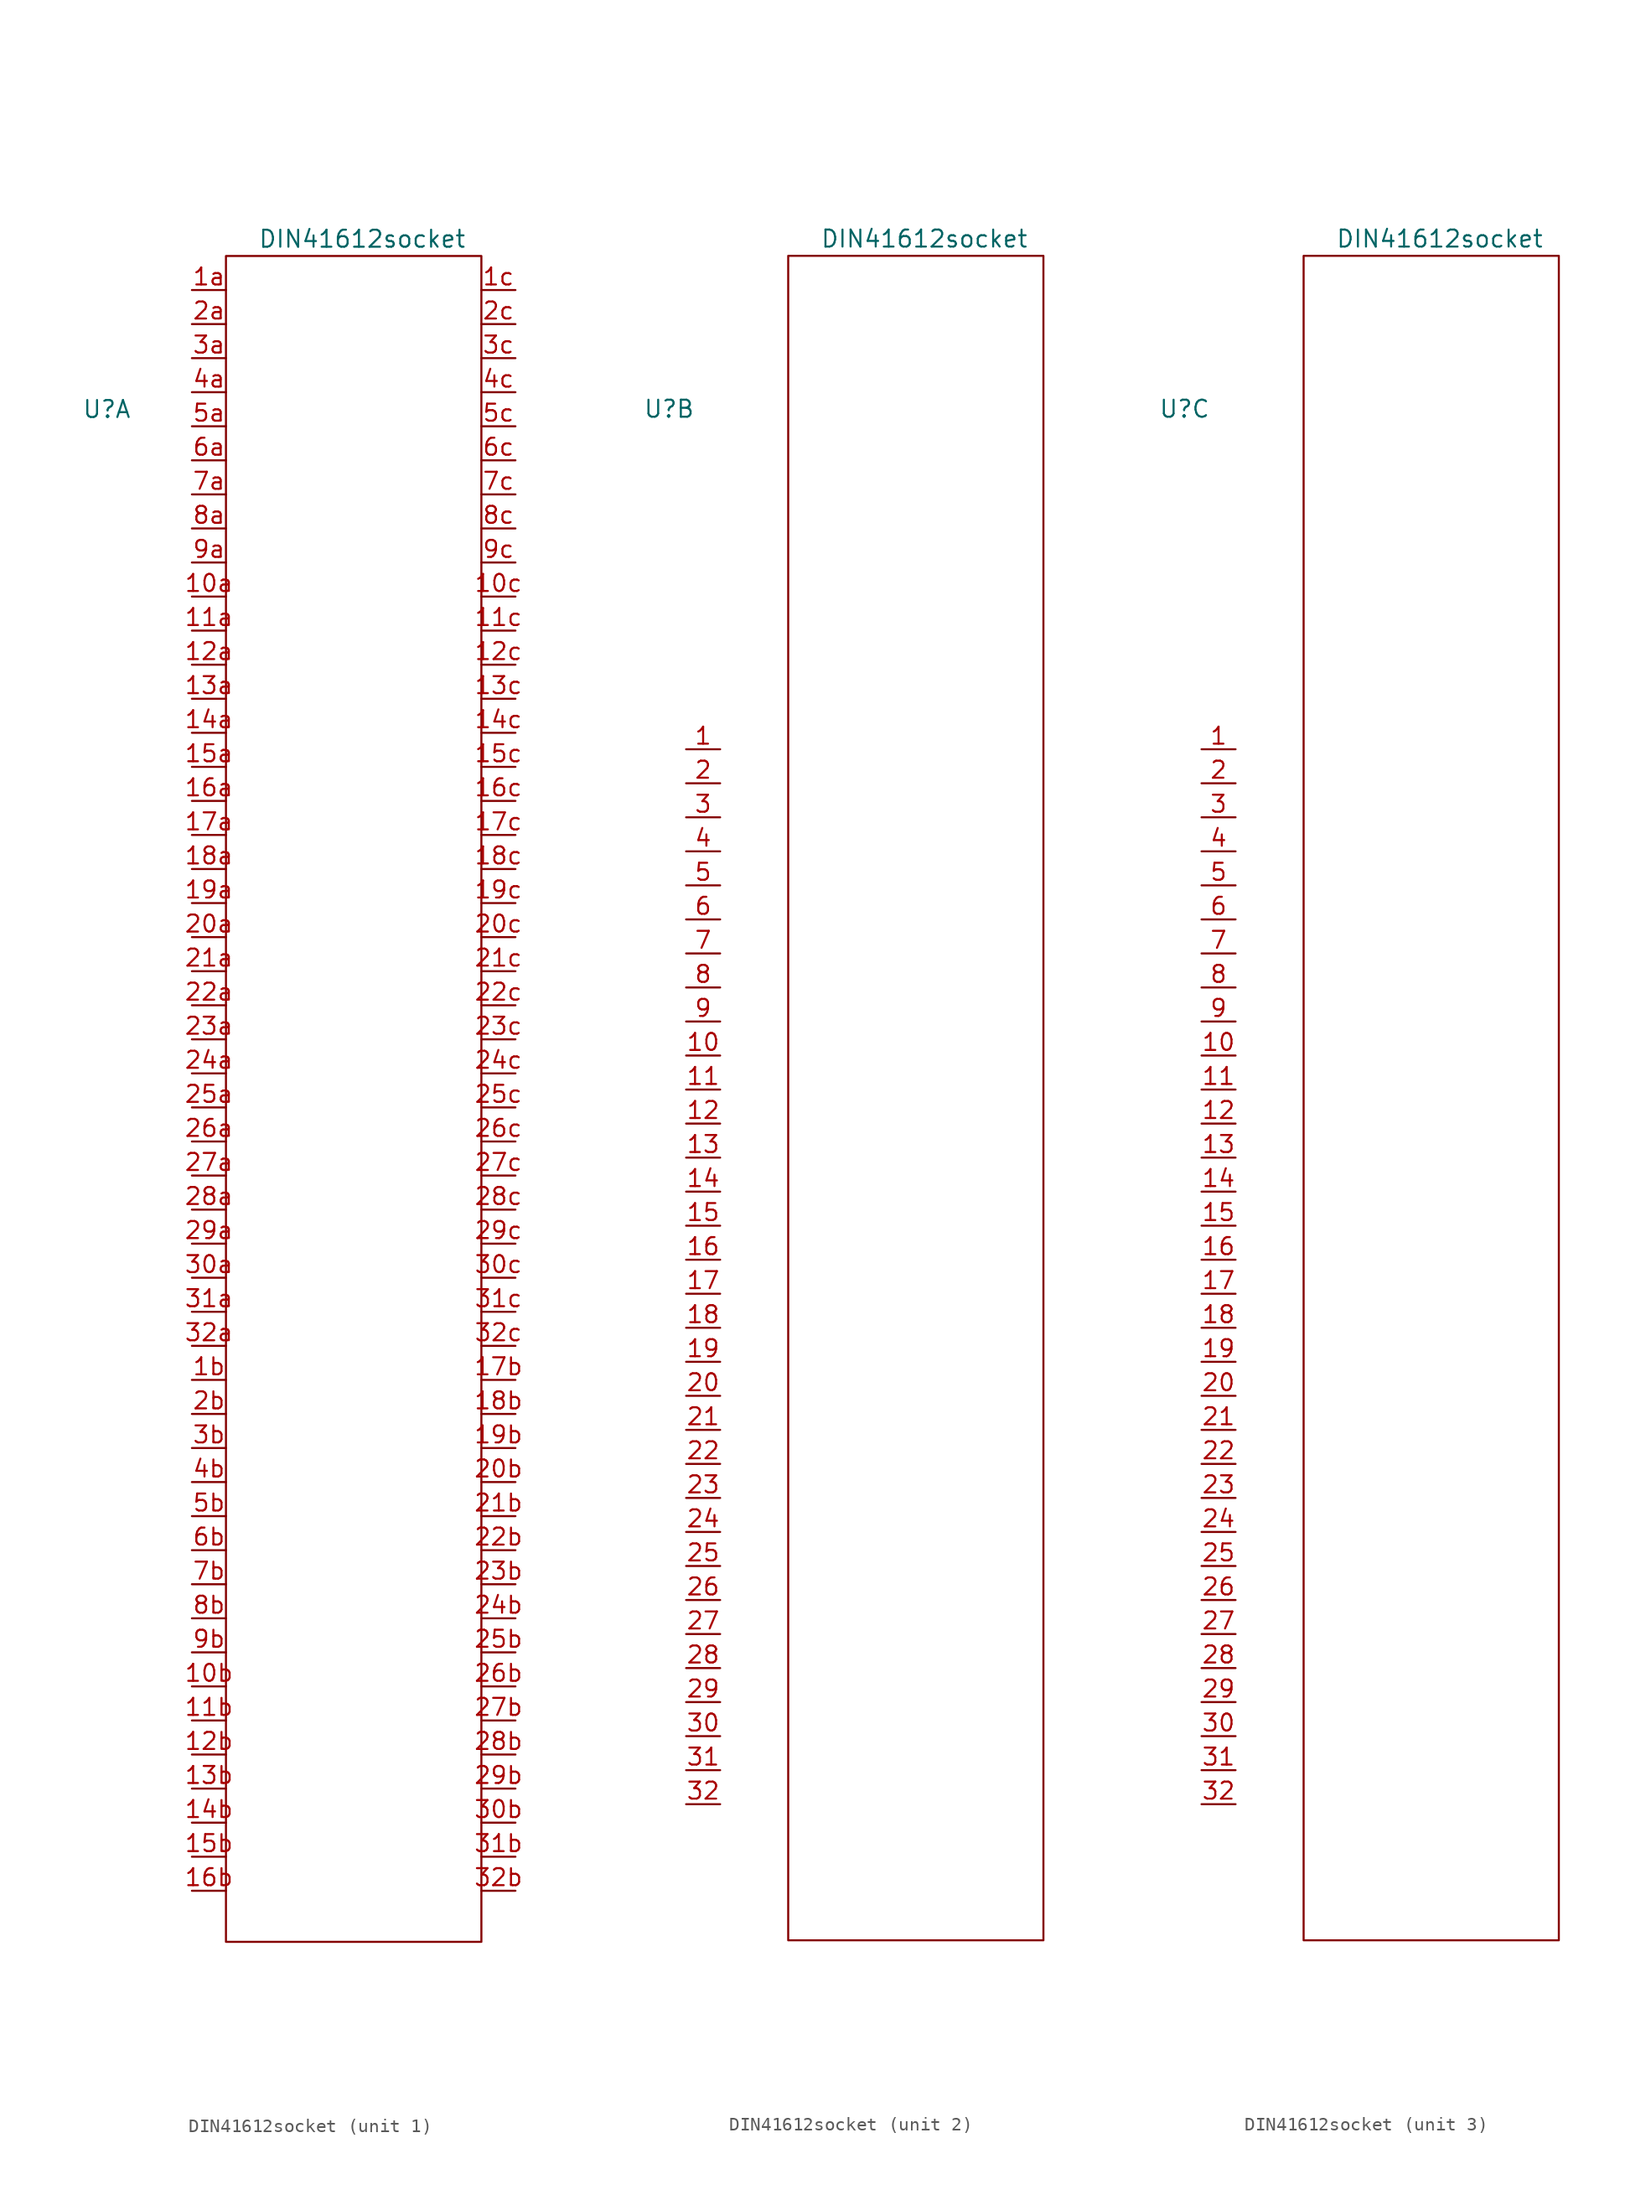
<source format=kicad_sym>
(kicad_symbol_lib
  (version 20220914)
  (generator kicad_symbol_editor)
  (symbol "DIN41612socket"
    (pin_names
      (offset 1.016))
    (property "Reference" "U"
      (at -17.78 50.8 0)
      (effects (font (size 1.27 1.27))))
    (property "Value" "DIN41612socket"
      (at 1.27 63.5 0)
      (effects (font (size 1.27 1.27))))
    (property "ki_locked" ""
      (at 0 0 0)
      (effects (font (size 1.27 1.27))))
    (symbol "DIN41612socket_0_0"
      (rectangle (start -8.89 62.23) (end 10.16 -63.5) (stroke (width 0) (type default)) (fill (type none))))
    (symbol "DIN41612socket_1_1"
      (pin bidirectional line (at -11.43 36.83 0) (length 2.54) (name "~" (effects (font (size 1.27 1.27)))) (number "10a" (effects (font (size 1.27 1.27)))))
      (pin bidirectional line (at -11.43 -44.45 0) (length 2.54) (name "~" (effects (font (size 1.27 1.27)))) (number "10b" (effects (font (size 1.27 1.27)))))
      (pin bidirectional line (at 12.7 36.83 180) (length 2.54) (name "~" (effects (font (size 1.27 1.27)))) (number "10c" (effects (font (size 1.27 1.27)))))
      (pin bidirectional line (at -11.43 34.29 0) (length 2.54) (name "~" (effects (font (size 1.27 1.27)))) (number "11a" (effects (font (size 1.27 1.27)))))
      (pin bidirectional line (at -11.43 -46.99 0) (length 2.54) (name "~" (effects (font (size 1.27 1.27)))) (number "11b" (effects (font (size 1.27 1.27)))))
      (pin bidirectional line (at 12.7 34.29 180) (length 2.54) (name "~" (effects (font (size 1.27 1.27)))) (number "11c" (effects (font (size 1.27 1.27)))))
      (pin bidirectional line (at -11.43 31.75 0) (length 2.54) (name "~" (effects (font (size 1.27 1.27)))) (number "12a" (effects (font (size 1.27 1.27)))))
      (pin bidirectional line (at -11.43 -49.53 0) (length 2.54) (name "~" (effects (font (size 1.27 1.27)))) (number "12b" (effects (font (size 1.27 1.27)))))
      (pin bidirectional line (at 12.7 31.75 180) (length 2.54) (name "~" (effects (font (size 1.27 1.27)))) (number "12c" (effects (font (size 1.27 1.27)))))
      (pin bidirectional line (at -11.43 29.21 0) (length 2.54) (name "~" (effects (font (size 1.27 1.27)))) (number "13a" (effects (font (size 1.27 1.27)))))
      (pin bidirectional line (at -11.43 -52.07 0) (length 2.54) (name "~" (effects (font (size 1.27 1.27)))) (number "13b" (effects (font (size 1.27 1.27)))))
      (pin bidirectional line (at 12.7 29.21 180) (length 2.54) (name "~" (effects (font (size 1.27 1.27)))) (number "13c" (effects (font (size 1.27 1.27)))))
      (pin bidirectional line (at -11.43 26.67 0) (length 2.54) (name "~" (effects (font (size 1.27 1.27)))) (number "14a" (effects (font (size 1.27 1.27)))))
      (pin bidirectional line (at -11.43 -54.61 0) (length 2.54) (name "~" (effects (font (size 1.27 1.27)))) (number "14b" (effects (font (size 1.27 1.27)))))
      (pin bidirectional line (at 12.7 26.67 180) (length 2.54) (name "~" (effects (font (size 1.27 1.27)))) (number "14c" (effects (font (size 1.27 1.27)))))
      (pin bidirectional line (at -11.43 24.13 0) (length 2.54) (name "~" (effects (font (size 1.27 1.27)))) (number "15a" (effects (font (size 1.27 1.27)))))
      (pin bidirectional line (at -11.43 -57.15 0) (length 2.54) (name "~" (effects (font (size 1.27 1.27)))) (number "15b" (effects (font (size 1.27 1.27)))))
      (pin bidirectional line (at 12.7 24.13 180) (length 2.54) (name "~" (effects (font (size 1.27 1.27)))) (number "15c" (effects (font (size 1.27 1.27)))))
      (pin bidirectional line (at -11.43 21.59 0) (length 2.54) (name "~" (effects (font (size 1.27 1.27)))) (number "16a" (effects (font (size 1.27 1.27)))))
      (pin bidirectional line (at -11.43 -59.69 0) (length 2.54) (name "~" (effects (font (size 1.27 1.27)))) (number "16b" (effects (font (size 1.27 1.27)))))
      (pin bidirectional line (at 12.7 21.59 180) (length 2.54) (name "~" (effects (font (size 1.27 1.27)))) (number "16c" (effects (font (size 1.27 1.27)))))
      (pin bidirectional line (at -11.43 19.05 0) (length 2.54) (name "~" (effects (font (size 1.27 1.27)))) (number "17a" (effects (font (size 1.27 1.27)))))
      (pin bidirectional line (at 12.7 -21.59 180) (length 2.54) (name "~" (effects (font (size 1.27 1.27)))) (number "17b" (effects (font (size 1.27 1.27)))))
      (pin bidirectional line (at 12.7 19.05 180) (length 2.54) (name "~" (effects (font (size 1.27 1.27)))) (number "17c" (effects (font (size 1.27 1.27)))))
      (pin bidirectional line (at -11.43 16.51 0) (length 2.54) (name "~" (effects (font (size 1.27 1.27)))) (number "18a" (effects (font (size 1.27 1.27)))))
      (pin bidirectional line (at 12.7 -24.13 180) (length 2.54) (name "~" (effects (font (size 1.27 1.27)))) (number "18b" (effects (font (size 1.27 1.27)))))
      (pin bidirectional line (at 12.7 16.51 180) (length 2.54) (name "~" (effects (font (size 1.27 1.27)))) (number "18c" (effects (font (size 1.27 1.27)))))
      (pin bidirectional line (at -11.43 13.97 0) (length 2.54) (name "~" (effects (font (size 1.27 1.27)))) (number "19a" (effects (font (size 1.27 1.27)))))
      (pin bidirectional line (at 12.7 -26.67 180) (length 2.54) (name "~" (effects (font (size 1.27 1.27)))) (number "19b" (effects (font (size 1.27 1.27)))))
      (pin bidirectional line (at 12.7 13.97 180) (length 2.54) (name "~" (effects (font (size 1.27 1.27)))) (number "19c" (effects (font (size 1.27 1.27)))))
      (pin bidirectional line (at -11.43 59.69 0) (length 2.54) (name "~" (effects (font (size 1.27 1.27)))) (number "1a" (effects (font (size 1.27 1.27)))))
      (pin bidirectional line (at -11.43 -21.59 0) (length 2.54) (name "~" (effects (font (size 1.27 1.27)))) (number "1b" (effects (font (size 1.27 1.27)))))
      (pin bidirectional line (at 12.7 59.69 180) (length 2.54) (name "~" (effects (font (size 1.27 1.27)))) (number "1c" (effects (font (size 1.27 1.27)))))
      (pin bidirectional line (at -11.43 11.43 0) (length 2.54) (name "~" (effects (font (size 1.27 1.27)))) (number "20a" (effects (font (size 1.27 1.27)))))
      (pin bidirectional line (at 12.7 -29.21 180) (length 2.54) (name "~" (effects (font (size 1.27 1.27)))) (number "20b" (effects (font (size 1.27 1.27)))))
      (pin bidirectional line (at 12.7 11.43 180) (length 2.54) (name "~" (effects (font (size 1.27 1.27)))) (number "20c" (effects (font (size 1.27 1.27)))))
      (pin bidirectional line (at -11.43 8.89 0) (length 2.54) (name "~" (effects (font (size 1.27 1.27)))) (number "21a" (effects (font (size 1.27 1.27)))))
      (pin bidirectional line (at 12.7 -31.75 180) (length 2.54) (name "~" (effects (font (size 1.27 1.27)))) (number "21b" (effects (font (size 1.27 1.27)))))
      (pin bidirectional line (at 12.7 8.89 180) (length 2.54) (name "~" (effects (font (size 1.27 1.27)))) (number "21c" (effects (font (size 1.27 1.27)))))
      (pin bidirectional line (at -11.43 6.35 0) (length 2.54) (name "~" (effects (font (size 1.27 1.27)))) (number "22a" (effects (font (size 1.27 1.27)))))
      (pin bidirectional line (at 12.7 -34.29 180) (length 2.54) (name "~" (effects (font (size 1.27 1.27)))) (number "22b" (effects (font (size 1.27 1.27)))))
      (pin bidirectional line (at 12.7 6.35 180) (length 2.54) (name "~" (effects (font (size 1.27 1.27)))) (number "22c" (effects (font (size 1.27 1.27)))))
      (pin bidirectional line (at -11.43 3.81 0) (length 2.54) (name "~" (effects (font (size 1.27 1.27)))) (number "23a" (effects (font (size 1.27 1.27)))))
      (pin bidirectional line (at 12.7 -36.83 180) (length 2.54) (name "~" (effects (font (size 1.27 1.27)))) (number "23b" (effects (font (size 1.27 1.27)))))
      (pin bidirectional line (at 12.7 3.81 180) (length 2.54) (name "~" (effects (font (size 1.27 1.27)))) (number "23c" (effects (font (size 1.27 1.27)))))
      (pin bidirectional line (at -11.43 1.27 0) (length 2.54) (name "~" (effects (font (size 1.27 1.27)))) (number "24a" (effects (font (size 1.27 1.27)))))
      (pin bidirectional line (at 12.7 -39.37 180) (length 2.54) (name "~" (effects (font (size 1.27 1.27)))) (number "24b" (effects (font (size 1.27 1.27)))))
      (pin bidirectional line (at 12.7 1.27 180) (length 2.54) (name "~" (effects (font (size 1.27 1.27)))) (number "24c" (effects (font (size 1.27 1.27)))))
      (pin bidirectional line (at -11.43 -1.27 0) (length 2.54) (name "~" (effects (font (size 1.27 1.27)))) (number "25a" (effects (font (size 1.27 1.27)))))
      (pin bidirectional line (at 12.7 -41.91 180) (length 2.54) (name "~" (effects (font (size 1.27 1.27)))) (number "25b" (effects (font (size 1.27 1.27)))))
      (pin bidirectional line (at 12.7 -1.27 180) (length 2.54) (name "~" (effects (font (size 1.27 1.27)))) (number "25c" (effects (font (size 1.27 1.27)))))
      (pin bidirectional line (at -11.43 -3.81 0) (length 2.54) (name "~" (effects (font (size 1.27 1.27)))) (number "26a" (effects (font (size 1.27 1.27)))))
      (pin bidirectional line (at 12.7 -44.45 180) (length 2.54) (name "~" (effects (font (size 1.27 1.27)))) (number "26b" (effects (font (size 1.27 1.27)))))
      (pin bidirectional line (at 12.7 -3.81 180) (length 2.54) (name "~" (effects (font (size 1.27 1.27)))) (number "26c" (effects (font (size 1.27 1.27)))))
      (pin bidirectional line (at -11.43 -6.35 0) (length 2.54) (name "~" (effects (font (size 1.27 1.27)))) (number "27a" (effects (font (size 1.27 1.27)))))
      (pin bidirectional line (at 12.7 -46.99 180) (length 2.54) (name "~" (effects (font (size 1.27 1.27)))) (number "27b" (effects (font (size 1.27 1.27)))))
      (pin bidirectional line (at 12.7 -6.35 180) (length 2.54) (name "~" (effects (font (size 1.27 1.27)))) (number "27c" (effects (font (size 1.27 1.27)))))
      (pin bidirectional line (at -11.43 -8.89 0) (length 2.54) (name "~" (effects (font (size 1.27 1.27)))) (number "28a" (effects (font (size 1.27 1.27)))))
      (pin bidirectional line (at 12.7 -49.53 180) (length 2.54) (name "~" (effects (font (size 1.27 1.27)))) (number "28b" (effects (font (size 1.27 1.27)))))
      (pin bidirectional line (at 12.7 -8.89 180) (length 2.54) (name "~" (effects (font (size 1.27 1.27)))) (number "28c" (effects (font (size 1.27 1.27)))))
      (pin bidirectional line (at -11.43 -11.43 0) (length 2.54) (name "~" (effects (font (size 1.27 1.27)))) (number "29a" (effects (font (size 1.27 1.27)))))
      (pin bidirectional line (at 12.7 -52.07 180) (length 2.54) (name "~" (effects (font (size 1.27 1.27)))) (number "29b" (effects (font (size 1.27 1.27)))))
      (pin bidirectional line (at 12.7 -11.43 180) (length 2.54) (name "~" (effects (font (size 1.27 1.27)))) (number "29c" (effects (font (size 1.27 1.27)))))
      (pin bidirectional line (at -11.43 57.15 0) (length 2.54) (name "~" (effects (font (size 1.27 1.27)))) (number "2a" (effects (font (size 1.27 1.27)))))
      (pin bidirectional line (at -11.43 -24.13 0) (length 2.54) (name "~" (effects (font (size 1.27 1.27)))) (number "2b" (effects (font (size 1.27 1.27)))))
      (pin bidirectional line (at 12.7 57.15 180) (length 2.54) (name "~" (effects (font (size 1.27 1.27)))) (number "2c" (effects (font (size 1.27 1.27)))))
      (pin bidirectional line (at -11.43 -13.97 0) (length 2.54) (name "~" (effects (font (size 1.27 1.27)))) (number "30a" (effects (font (size 1.27 1.27)))))
      (pin bidirectional line (at 12.7 -54.61 180) (length 2.54) (name "~" (effects (font (size 1.27 1.27)))) (number "30b" (effects (font (size 1.27 1.27)))))
      (pin bidirectional line (at 12.7 -13.97 180) (length 2.54) (name "~" (effects (font (size 1.27 1.27)))) (number "30c" (effects (font (size 1.27 1.27)))))
      (pin bidirectional line (at -11.43 -16.51 0) (length 2.54) (name "~" (effects (font (size 1.27 1.27)))) (number "31a" (effects (font (size 1.27 1.27)))))
      (pin bidirectional line (at 12.7 -57.15 180) (length 2.54) (name "~" (effects (font (size 1.27 1.27)))) (number "31b" (effects (font (size 1.27 1.27)))))
      (pin bidirectional line (at 12.7 -16.51 180) (length 2.54) (name "~" (effects (font (size 1.27 1.27)))) (number "31c" (effects (font (size 1.27 1.27)))))
      (pin bidirectional line (at -11.43 -19.05 0) (length 2.54) (name "~" (effects (font (size 1.27 1.27)))) (number "32a" (effects (font (size 1.27 1.27)))))
      (pin bidirectional line (at 12.7 -59.69 180) (length 2.54) (name "~" (effects (font (size 1.27 1.27)))) (number "32b" (effects (font (size 1.27 1.27)))))
      (pin bidirectional line (at 12.7 -19.05 180) (length 2.54) (name "~" (effects (font (size 1.27 1.27)))) (number "32c" (effects (font (size 1.27 1.27)))))
      (pin bidirectional line (at -11.43 54.61 0) (length 2.54) (name "~" (effects (font (size 1.27 1.27)))) (number "3a" (effects (font (size 1.27 1.27)))))
      (pin bidirectional line (at -11.43 -26.67 0) (length 2.54) (name "~" (effects (font (size 1.27 1.27)))) (number "3b" (effects (font (size 1.27 1.27)))))
      (pin bidirectional line (at 12.7 54.61 180) (length 2.54) (name "~" (effects (font (size 1.27 1.27)))) (number "3c" (effects (font (size 1.27 1.27)))))
      (pin bidirectional line (at -11.43 52.07 0) (length 2.54) (name "~" (effects (font (size 1.27 1.27)))) (number "4a" (effects (font (size 1.27 1.27)))))
      (pin bidirectional line (at -11.43 -29.21 0) (length 2.54) (name "~" (effects (font (size 1.27 1.27)))) (number "4b" (effects (font (size 1.27 1.27)))))
      (pin bidirectional line (at 12.7 52.07 180) (length 2.54) (name "~" (effects (font (size 1.27 1.27)))) (number "4c" (effects (font (size 1.27 1.27)))))
      (pin bidirectional line (at -11.43 49.53 0) (length 2.54) (name "~" (effects (font (size 1.27 1.27)))) (number "5a" (effects (font (size 1.27 1.27)))))
      (pin bidirectional line (at -11.43 -31.75 0) (length 2.54) (name "~" (effects (font (size 1.27 1.27)))) (number "5b" (effects (font (size 1.27 1.27)))))
      (pin bidirectional line (at 12.7 49.53 180) (length 2.54) (name "~" (effects (font (size 1.27 1.27)))) (number "5c" (effects (font (size 1.27 1.27)))))
      (pin bidirectional line (at -11.43 46.99 0) (length 2.54) (name "~" (effects (font (size 1.27 1.27)))) (number "6a" (effects (font (size 1.27 1.27)))))
      (pin bidirectional line (at -11.43 -34.29 0) (length 2.54) (name "~" (effects (font (size 1.27 1.27)))) (number "6b" (effects (font (size 1.27 1.27)))))
      (pin bidirectional line (at 12.7 46.99 180) (length 2.54) (name "~" (effects (font (size 1.27 1.27)))) (number "6c" (effects (font (size 1.27 1.27)))))
      (pin bidirectional line (at -11.43 44.45 0) (length 2.54) (name "~" (effects (font (size 1.27 1.27)))) (number "7a" (effects (font (size 1.27 1.27)))))
      (pin bidirectional line (at -11.43 -36.83 0) (length 2.54) (name "~" (effects (font (size 1.27 1.27)))) (number "7b" (effects (font (size 1.27 1.27)))))
      (pin bidirectional line (at 12.7 44.45 180) (length 2.54) (name "~" (effects (font (size 1.27 1.27)))) (number "7c" (effects (font (size 1.27 1.27)))))
      (pin bidirectional line (at -11.43 41.91 0) (length 2.54) (name "~" (effects (font (size 1.27 1.27)))) (number "8a" (effects (font (size 1.27 1.27)))))
      (pin bidirectional line (at -11.43 -39.37 0) (length 2.54) (name "~" (effects (font (size 1.27 1.27)))) (number "8b" (effects (font (size 1.27 1.27)))))
      (pin bidirectional line (at 12.7 41.91 180) (length 2.54) (name "~" (effects (font (size 1.27 1.27)))) (number "8c" (effects (font (size 1.27 1.27)))))
      (pin bidirectional line (at -11.43 39.37 0) (length 2.54) (name "~" (effects (font (size 1.27 1.27)))) (number "9a" (effects (font (size 1.27 1.27)))))
      (pin bidirectional line (at -11.43 -41.91 0) (length 2.54) (name "~" (effects (font (size 1.27 1.27)))) (number "9b" (effects (font (size 1.27 1.27)))))
      (pin bidirectional line (at 12.7 39.37 180) (length 2.54) (name "~" (effects (font (size 1.27 1.27)))) (number "9c" (effects (font (size 1.27 1.27))))))
    (symbol "DIN41612socket_2_1"
      (pin bidirectional line (at -16.51 25.4 0) (length 2.54) (name "~" (effects (font (size 1.27 1.27)))) (number "1" (effects (font (size 1.27 1.27)))))
      (pin bidirectional line (at -16.51 2.54 0) (length 2.54) (name "~" (effects (font (size 1.27 1.27)))) (number "10" (effects (font (size 1.27 1.27)))))
      (pin bidirectional line (at -16.51 0 0) (length 2.54) (name "~" (effects (font (size 1.27 1.27)))) (number "11" (effects (font (size 1.27 1.27)))))
      (pin bidirectional line (at -16.51 -2.54 0) (length 2.54) (name "~" (effects (font (size 1.27 1.27)))) (number "12" (effects (font (size 1.27 1.27)))))
      (pin bidirectional line (at -16.51 -5.08 0) (length 2.54) (name "~" (effects (font (size 1.27 1.27)))) (number "13" (effects (font (size 1.27 1.27)))))
      (pin bidirectional line (at -16.51 -7.62 0) (length 2.54) (name "~" (effects (font (size 1.27 1.27)))) (number "14" (effects (font (size 1.27 1.27)))))
      (pin bidirectional line (at -16.51 -10.16 0) (length 2.54) (name "~" (effects (font (size 1.27 1.27)))) (number "15" (effects (font (size 1.27 1.27)))))
      (pin bidirectional line (at -16.51 -12.7 0) (length 2.54) (name "~" (effects (font (size 1.27 1.27)))) (number "16" (effects (font (size 1.27 1.27)))))
      (pin bidirectional line (at -16.51 -15.24 0) (length 2.54) (name "~" (effects (font (size 1.27 1.27)))) (number "17" (effects (font (size 1.27 1.27)))))
      (pin bidirectional line (at -16.51 -17.78 0) (length 2.54) (name "~" (effects (font (size 1.27 1.27)))) (number "18" (effects (font (size 1.27 1.27)))))
      (pin bidirectional line (at -16.51 -20.32 0) (length 2.54) (name "~" (effects (font (size 1.27 1.27)))) (number "19" (effects (font (size 1.27 1.27)))))
      (pin bidirectional line (at -16.51 22.86 0) (length 2.54) (name "~" (effects (font (size 1.27 1.27)))) (number "2" (effects (font (size 1.27 1.27)))))
      (pin bidirectional line (at -16.51 -22.86 0) (length 2.54) (name "~" (effects (font (size 1.27 1.27)))) (number "20" (effects (font (size 1.27 1.27)))))
      (pin bidirectional line (at -16.51 -25.4 0) (length 2.54) (name "~" (effects (font (size 1.27 1.27)))) (number "21" (effects (font (size 1.27 1.27)))))
      (pin bidirectional line (at -16.51 -27.94 0) (length 2.54) (name "~" (effects (font (size 1.27 1.27)))) (number "22" (effects (font (size 1.27 1.27)))))
      (pin bidirectional line (at -16.51 -30.48 0) (length 2.54) (name "~" (effects (font (size 1.27 1.27)))) (number "23" (effects (font (size 1.27 1.27)))))
      (pin bidirectional line (at -16.51 -33.02 0) (length 2.54) (name "~" (effects (font (size 1.27 1.27)))) (number "24" (effects (font (size 1.27 1.27)))))
      (pin bidirectional line (at -16.51 -35.56 0) (length 2.54) (name "~" (effects (font (size 1.27 1.27)))) (number "25" (effects (font (size 1.27 1.27)))))
      (pin bidirectional line (at -16.51 -38.1 0) (length 2.54) (name "~" (effects (font (size 1.27 1.27)))) (number "26" (effects (font (size 1.27 1.27)))))
      (pin bidirectional line (at -16.51 -40.64 0) (length 2.54) (name "~" (effects (font (size 1.27 1.27)))) (number "27" (effects (font (size 1.27 1.27)))))
      (pin bidirectional line (at -16.51 -43.18 0) (length 2.54) (name "~" (effects (font (size 1.27 1.27)))) (number "28" (effects (font (size 1.27 1.27)))))
      (pin bidirectional line (at -16.51 -45.72 0) (length 2.54) (name "~" (effects (font (size 1.27 1.27)))) (number "29" (effects (font (size 1.27 1.27)))))
      (pin bidirectional line (at -16.51 20.32 0) (length 2.54) (name "~" (effects (font (size 1.27 1.27)))) (number "3" (effects (font (size 1.27 1.27)))))
      (pin bidirectional line (at -16.51 -48.26 0) (length 2.54) (name "~" (effects (font (size 1.27 1.27)))) (number "30" (effects (font (size 1.27 1.27)))))
      (pin bidirectional line (at -16.51 -50.8 0) (length 2.54) (name "~" (effects (font (size 1.27 1.27)))) (number "31" (effects (font (size 1.27 1.27)))))
      (pin bidirectional line (at -16.51 -53.34 0) (length 2.54) (name "~" (effects (font (size 1.27 1.27)))) (number "32" (effects (font (size 1.27 1.27)))))
      (pin bidirectional line (at -16.51 17.78 0) (length 2.54) (name "~" (effects (font (size 1.27 1.27)))) (number "4" (effects (font (size 1.27 1.27)))))
      (pin bidirectional line (at -16.51 15.24 0) (length 2.54) (name "~" (effects (font (size 1.27 1.27)))) (number "5" (effects (font (size 1.27 1.27)))))
      (pin bidirectional line (at -16.51 12.7 0) (length 2.54) (name "~" (effects (font (size 1.27 1.27)))) (number "6" (effects (font (size 1.27 1.27)))))
      (pin bidirectional line (at -16.51 10.16 0) (length 2.54) (name "~" (effects (font (size 1.27 1.27)))) (number "7" (effects (font (size 1.27 1.27)))))
      (pin bidirectional line (at -16.51 7.62 0) (length 2.54) (name "~" (effects (font (size 1.27 1.27)))) (number "8" (effects (font (size 1.27 1.27)))))
      (pin bidirectional line (at -16.51 5.08 0) (length 2.54) (name "~" (effects (font (size 1.27 1.27)))) (number "9" (effects (font (size 1.27 1.27))))))
    (symbol "DIN41612socket_3_1"
      (pin bidirectional line (at -16.51 25.4 0) (length 2.54) (name "~" (effects (font (size 1.27 1.27)))) (number "1" (effects (font (size 1.27 1.27)))))
      (pin bidirectional line (at -16.51 2.54 0) (length 2.54) (name "~" (effects (font (size 1.27 1.27)))) (number "10" (effects (font (size 1.27 1.27)))))
      (pin bidirectional line (at -16.51 0 0) (length 2.54) (name "~" (effects (font (size 1.27 1.27)))) (number "11" (effects (font (size 1.27 1.27)))))
      (pin bidirectional line (at -16.51 -2.54 0) (length 2.54) (name "~" (effects (font (size 1.27 1.27)))) (number "12" (effects (font (size 1.27 1.27)))))
      (pin bidirectional line (at -16.51 -5.08 0) (length 2.54) (name "~" (effects (font (size 1.27 1.27)))) (number "13" (effects (font (size 1.27 1.27)))))
      (pin bidirectional line (at -16.51 -7.62 0) (length 2.54) (name "~" (effects (font (size 1.27 1.27)))) (number "14" (effects (font (size 1.27 1.27)))))
      (pin bidirectional line (at -16.51 -10.16 0) (length 2.54) (name "~" (effects (font (size 1.27 1.27)))) (number "15" (effects (font (size 1.27 1.27)))))
      (pin bidirectional line (at -16.51 -12.7 0) (length 2.54) (name "~" (effects (font (size 1.27 1.27)))) (number "16" (effects (font (size 1.27 1.27)))))
      (pin bidirectional line (at -16.51 -15.24 0) (length 2.54) (name "~" (effects (font (size 1.27 1.27)))) (number "17" (effects (font (size 1.27 1.27)))))
      (pin bidirectional line (at -16.51 -17.78 0) (length 2.54) (name "~" (effects (font (size 1.27 1.27)))) (number "18" (effects (font (size 1.27 1.27)))))
      (pin bidirectional line (at -16.51 -20.32 0) (length 2.54) (name "~" (effects (font (size 1.27 1.27)))) (number "19" (effects (font (size 1.27 1.27)))))
      (pin bidirectional line (at -16.51 22.86 0) (length 2.54) (name "~" (effects (font (size 1.27 1.27)))) (number "2" (effects (font (size 1.27 1.27)))))
      (pin bidirectional line (at -16.51 -22.86 0) (length 2.54) (name "~" (effects (font (size 1.27 1.27)))) (number "20" (effects (font (size 1.27 1.27)))))
      (pin bidirectional line (at -16.51 -25.4 0) (length 2.54) (name "~" (effects (font (size 1.27 1.27)))) (number "21" (effects (font (size 1.27 1.27)))))
      (pin bidirectional line (at -16.51 -27.94 0) (length 2.54) (name "~" (effects (font (size 1.27 1.27)))) (number "22" (effects (font (size 1.27 1.27)))))
      (pin bidirectional line (at -16.51 -30.48 0) (length 2.54) (name "~" (effects (font (size 1.27 1.27)))) (number "23" (effects (font (size 1.27 1.27)))))
      (pin bidirectional line (at -16.51 -33.02 0) (length 2.54) (name "~" (effects (font (size 1.27 1.27)))) (number "24" (effects (font (size 1.27 1.27)))))
      (pin bidirectional line (at -16.51 -35.56 0) (length 2.54) (name "~" (effects (font (size 1.27 1.27)))) (number "25" (effects (font (size 1.27 1.27)))))
      (pin bidirectional line (at -16.51 -38.1 0) (length 2.54) (name "~" (effects (font (size 1.27 1.27)))) (number "26" (effects (font (size 1.27 1.27)))))
      (pin bidirectional line (at -16.51 -40.64 0) (length 2.54) (name "~" (effects (font (size 1.27 1.27)))) (number "27" (effects (font (size 1.27 1.27)))))
      (pin bidirectional line (at -16.51 -43.18 0) (length 2.54) (name "~" (effects (font (size 1.27 1.27)))) (number "28" (effects (font (size 1.27 1.27)))))
      (pin bidirectional line (at -16.51 -45.72 0) (length 2.54) (name "~" (effects (font (size 1.27 1.27)))) (number "29" (effects (font (size 1.27 1.27)))))
      (pin bidirectional line (at -16.51 20.32 0) (length 2.54) (name "~" (effects (font (size 1.27 1.27)))) (number "3" (effects (font (size 1.27 1.27)))))
      (pin bidirectional line (at -16.51 -48.26 0) (length 2.54) (name "~" (effects (font (size 1.27 1.27)))) (number "30" (effects (font (size 1.27 1.27)))))
      (pin bidirectional line (at -16.51 -50.8 0) (length 2.54) (name "~" (effects (font (size 1.27 1.27)))) (number "31" (effects (font (size 1.27 1.27)))))
      (pin bidirectional line (at -16.51 -53.34 0) (length 2.54) (name "~" (effects (font (size 1.27 1.27)))) (number "32" (effects (font (size 1.27 1.27)))))
      (pin bidirectional line (at -16.51 17.78 0) (length 2.54) (name "~" (effects (font (size 1.27 1.27)))) (number "4" (effects (font (size 1.27 1.27)))))
      (pin bidirectional line (at -16.51 15.24 0) (length 2.54) (name "~" (effects (font (size 1.27 1.27)))) (number "5" (effects (font (size 1.27 1.27)))))
      (pin bidirectional line (at -16.51 12.7 0) (length 2.54) (name "~" (effects (font (size 1.27 1.27)))) (number "6" (effects (font (size 1.27 1.27)))))
      (pin bidirectional line (at -16.51 10.16 0) (length 2.54) (name "~" (effects (font (size 1.27 1.27)))) (number "7" (effects (font (size 1.27 1.27)))))
      (pin bidirectional line (at -16.51 7.62 0) (length 2.54) (name "~" (effects (font (size 1.27 1.27)))) (number "8" (effects (font (size 1.27 1.27)))))
      (pin bidirectional line (at -16.51 5.08 0) (length 2.54) (name "~" (effects (font (size 1.27 1.27)))) (number "9" (effects (font (size 1.27 1.27))))))))
</source>
